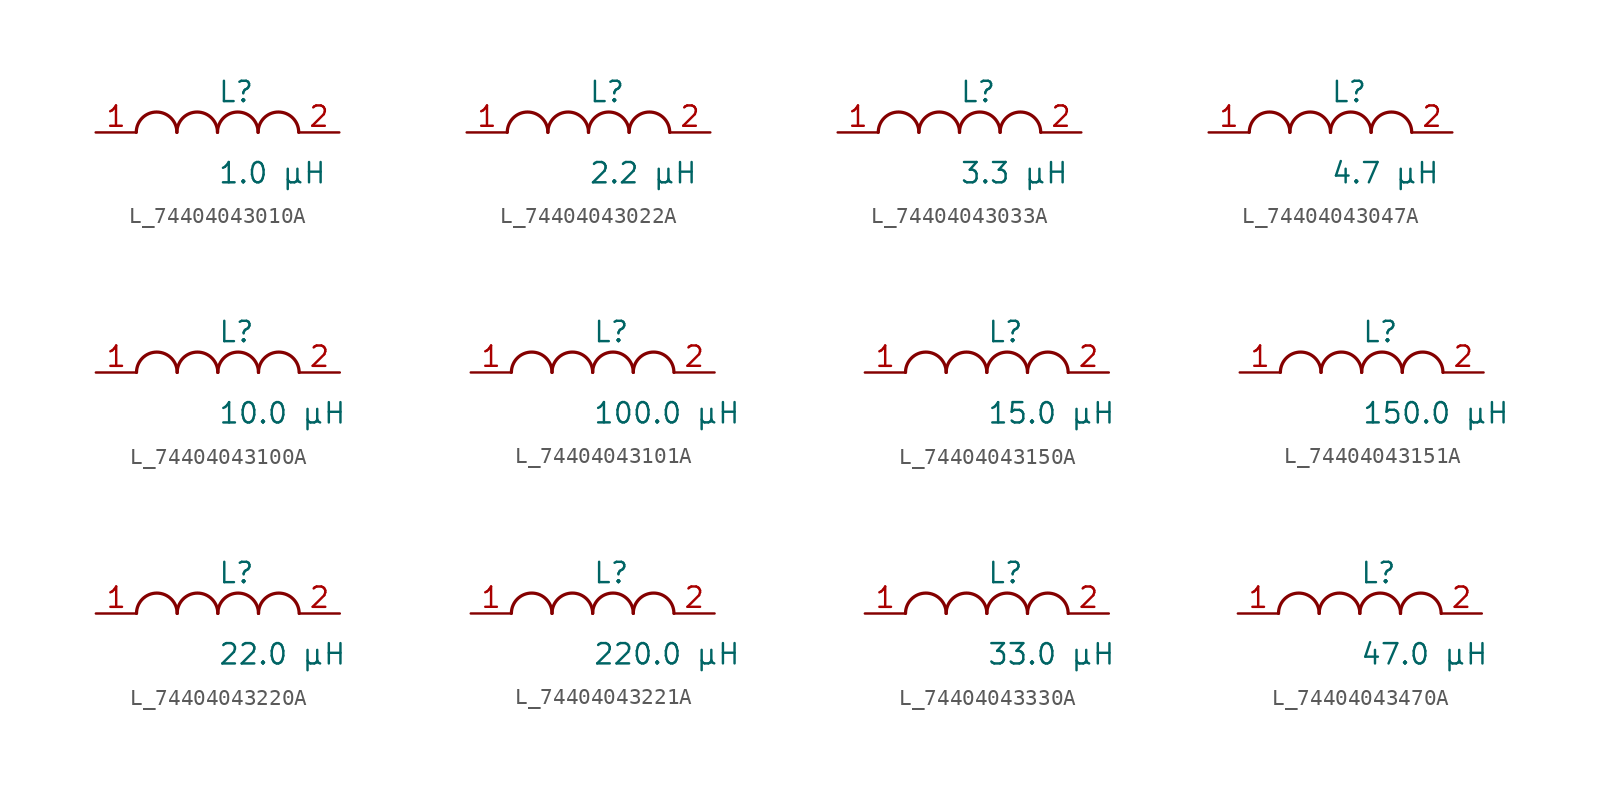
<source format=kicad_sym>
(kicad_symbol_lib
  (version 20231120)
  (generator kicad_symbol_editor)
  (generator_version 8.0)
  (symbol "L_74404043010A"
    (pin_names
      (offset 0.254))
    (property "Reference" "L"
      (at 0 2.54 0)
      (effects (font (size 1.27 1.27)) (justify left)))
    (property "Value" "1.0 µH"
      (at 0 -2.54 0)
      (effects (font (size 1.27 1.27)) (justify left)))
    (symbol "L_74404043010A_1_1"
      (arc (start -2.54 0.0056) (mid -3.81 1.27) (end -5.08 0.0056) (stroke (width 0.2032) (type default)) (fill (type none)))
      (arc (start 0 0.0056) (mid -1.27 1.27) (end -2.54 0.0056) (stroke (width 0.2032) (type default)) (fill (type none)))
      (arc (start 2.54 0.0056) (mid 1.27 1.27) (end 0 0.0056) (stroke (width 0.2032) (type default)) (fill (type none)))
      (arc (start 5.08 0.0056) (mid 3.81 1.27) (end 2.54 0.0056) (stroke (width 0.2032) (type default)) (fill (type none)))
      (pin unspecified line (at -7.62 0 0) (length 2.54) (name "" (effects (font (size 1.27 1.27)))) (number "1" (effects (font (size 1.27 1.27)))))
      (pin unspecified line (at 7.62 0 180) (length 2.54) (name "" (effects (font (size 1.27 1.27)))) (number "2" (effects (font (size 1.27 1.27)))))))
  (symbol "L_74404043022A"
    (pin_names
      (offset 0.254))
    (property "Reference" "L"
      (at 0 2.54 0)
      (effects (font (size 1.27 1.27)) (justify left)))
    (property "Value" "2.2 µH"
      (at 0 -2.54 0)
      (effects (font (size 1.27 1.27)) (justify left)))
    (symbol "L_74404043022A_1_1"
      (arc (start -2.54 0.0056) (mid -3.81 1.27) (end -5.08 0.0056) (stroke (width 0.2032) (type default)) (fill (type none)))
      (arc (start 0 0.0056) (mid -1.27 1.27) (end -2.54 0.0056) (stroke (width 0.2032) (type default)) (fill (type none)))
      (arc (start 2.54 0.0056) (mid 1.27 1.27) (end 0 0.0056) (stroke (width 0.2032) (type default)) (fill (type none)))
      (arc (start 5.08 0.0056) (mid 3.81 1.27) (end 2.54 0.0056) (stroke (width 0.2032) (type default)) (fill (type none)))
      (pin unspecified line (at -7.62 0 0) (length 2.54) (name "" (effects (font (size 1.27 1.27)))) (number "1" (effects (font (size 1.27 1.27)))))
      (pin unspecified line (at 7.62 0 180) (length 2.54) (name "" (effects (font (size 1.27 1.27)))) (number "2" (effects (font (size 1.27 1.27)))))))
  (symbol "L_74404043033A"
    (pin_names
      (offset 0.254))
    (property "Reference" "L"
      (at 0 2.54 0)
      (effects (font (size 1.27 1.27)) (justify left)))
    (property "Value" "3.3 µH"
      (at 0 -2.54 0)
      (effects (font (size 1.27 1.27)) (justify left)))
    (symbol "L_74404043033A_1_1"
      (arc (start -2.54 0.0056) (mid -3.81 1.27) (end -5.08 0.0056) (stroke (width 0.2032) (type default)) (fill (type none)))
      (arc (start 0 0.0056) (mid -1.27 1.27) (end -2.54 0.0056) (stroke (width 0.2032) (type default)) (fill (type none)))
      (arc (start 2.54 0.0056) (mid 1.27 1.27) (end 0 0.0056) (stroke (width 0.2032) (type default)) (fill (type none)))
      (arc (start 5.08 0.0056) (mid 3.81 1.27) (end 2.54 0.0056) (stroke (width 0.2032) (type default)) (fill (type none)))
      (pin unspecified line (at -7.62 0 0) (length 2.54) (name "" (effects (font (size 1.27 1.27)))) (number "1" (effects (font (size 1.27 1.27)))))
      (pin unspecified line (at 7.62 0 180) (length 2.54) (name "" (effects (font (size 1.27 1.27)))) (number "2" (effects (font (size 1.27 1.27)))))))
  (symbol "L_74404043047A"
    (pin_names
      (offset 0.254))
    (property "Reference" "L"
      (at 0 2.54 0)
      (effects (font (size 1.27 1.27)) (justify left)))
    (property "Value" "4.7 µH"
      (at 0 -2.54 0)
      (effects (font (size 1.27 1.27)) (justify left)))
    (symbol "L_74404043047A_1_1"
      (arc (start -2.54 0.0056) (mid -3.81 1.27) (end -5.08 0.0056) (stroke (width 0.2032) (type default)) (fill (type none)))
      (arc (start 0 0.0056) (mid -1.27 1.27) (end -2.54 0.0056) (stroke (width 0.2032) (type default)) (fill (type none)))
      (arc (start 2.54 0.0056) (mid 1.27 1.27) (end 0 0.0056) (stroke (width 0.2032) (type default)) (fill (type none)))
      (arc (start 5.08 0.0056) (mid 3.81 1.27) (end 2.54 0.0056) (stroke (width 0.2032) (type default)) (fill (type none)))
      (pin unspecified line (at -7.62 0 0) (length 2.54) (name "" (effects (font (size 1.27 1.27)))) (number "1" (effects (font (size 1.27 1.27)))))
      (pin unspecified line (at 7.62 0 180) (length 2.54) (name "" (effects (font (size 1.27 1.27)))) (number "2" (effects (font (size 1.27 1.27)))))))
  (symbol "L_74404043100A"
    (pin_names
      (offset 0.254))
    (property "Reference" "L"
      (at 0 2.54 0)
      (effects (font (size 1.27 1.27)) (justify left)))
    (property "Value" "10.0 µH"
      (at 0 -2.54 0)
      (effects (font (size 1.27 1.27)) (justify left)))
    (symbol "L_74404043100A_1_1"
      (arc (start -2.54 0.0056) (mid -3.81 1.27) (end -5.08 0.0056) (stroke (width 0.2032) (type default)) (fill (type none)))
      (arc (start 0 0.0056) (mid -1.27 1.27) (end -2.54 0.0056) (stroke (width 0.2032) (type default)) (fill (type none)))
      (arc (start 2.54 0.0056) (mid 1.27 1.27) (end 0 0.0056) (stroke (width 0.2032) (type default)) (fill (type none)))
      (arc (start 5.08 0.0056) (mid 3.81 1.27) (end 2.54 0.0056) (stroke (width 0.2032) (type default)) (fill (type none)))
      (pin unspecified line (at -7.62 0 0) (length 2.54) (name "" (effects (font (size 1.27 1.27)))) (number "1" (effects (font (size 1.27 1.27)))))
      (pin unspecified line (at 7.62 0 180) (length 2.54) (name "" (effects (font (size 1.27 1.27)))) (number "2" (effects (font (size 1.27 1.27)))))))
  (symbol "L_74404043101A"
    (pin_names
      (offset 0.254))
    (property "Reference" "L"
      (at 0 2.54 0)
      (effects (font (size 1.27 1.27)) (justify left)))
    (property "Value" "100.0 µH"
      (at 0 -2.54 0)
      (effects (font (size 1.27 1.27)) (justify left)))
    (symbol "L_74404043101A_1_1"
      (arc (start -2.54 0.0056) (mid -3.81 1.27) (end -5.08 0.0056) (stroke (width 0.2032) (type default)) (fill (type none)))
      (arc (start 0 0.0056) (mid -1.27 1.27) (end -2.54 0.0056) (stroke (width 0.2032) (type default)) (fill (type none)))
      (arc (start 2.54 0.0056) (mid 1.27 1.27) (end 0 0.0056) (stroke (width 0.2032) (type default)) (fill (type none)))
      (arc (start 5.08 0.0056) (mid 3.81 1.27) (end 2.54 0.0056) (stroke (width 0.2032) (type default)) (fill (type none)))
      (pin unspecified line (at -7.62 0 0) (length 2.54) (name "" (effects (font (size 1.27 1.27)))) (number "1" (effects (font (size 1.27 1.27)))))
      (pin unspecified line (at 7.62 0 180) (length 2.54) (name "" (effects (font (size 1.27 1.27)))) (number "2" (effects (font (size 1.27 1.27)))))))
  (symbol "L_74404043150A"
    (pin_names
      (offset 0.254))
    (property "Reference" "L"
      (at 0 2.54 0)
      (effects (font (size 1.27 1.27)) (justify left)))
    (property "Value" "15.0 µH"
      (at 0 -2.54 0)
      (effects (font (size 1.27 1.27)) (justify left)))
    (symbol "L_74404043150A_1_1"
      (arc (start -2.54 0.0056) (mid -3.81 1.27) (end -5.08 0.0056) (stroke (width 0.2032) (type default)) (fill (type none)))
      (arc (start 0 0.0056) (mid -1.27 1.27) (end -2.54 0.0056) (stroke (width 0.2032) (type default)) (fill (type none)))
      (arc (start 2.54 0.0056) (mid 1.27 1.27) (end 0 0.0056) (stroke (width 0.2032) (type default)) (fill (type none)))
      (arc (start 5.08 0.0056) (mid 3.81 1.27) (end 2.54 0.0056) (stroke (width 0.2032) (type default)) (fill (type none)))
      (pin unspecified line (at -7.62 0 0) (length 2.54) (name "" (effects (font (size 1.27 1.27)))) (number "1" (effects (font (size 1.27 1.27)))))
      (pin unspecified line (at 7.62 0 180) (length 2.54) (name "" (effects (font (size 1.27 1.27)))) (number "2" (effects (font (size 1.27 1.27)))))))
  (symbol "L_74404043151A"
    (pin_names
      (offset 0.254))
    (property "Reference" "L"
      (at 0 2.54 0)
      (effects (font (size 1.27 1.27)) (justify left)))
    (property "Value" "150.0 µH"
      (at 0 -2.54 0)
      (effects (font (size 1.27 1.27)) (justify left)))
    (symbol "L_74404043151A_1_1"
      (arc (start -2.54 0.0056) (mid -3.81 1.27) (end -5.08 0.0056) (stroke (width 0.2032) (type default)) (fill (type none)))
      (arc (start 0 0.0056) (mid -1.27 1.27) (end -2.54 0.0056) (stroke (width 0.2032) (type default)) (fill (type none)))
      (arc (start 2.54 0.0056) (mid 1.27 1.27) (end 0 0.0056) (stroke (width 0.2032) (type default)) (fill (type none)))
      (arc (start 5.08 0.0056) (mid 3.81 1.27) (end 2.54 0.0056) (stroke (width 0.2032) (type default)) (fill (type none)))
      (pin unspecified line (at -7.62 0 0) (length 2.54) (name "" (effects (font (size 1.27 1.27)))) (number "1" (effects (font (size 1.27 1.27)))))
      (pin unspecified line (at 7.62 0 180) (length 2.54) (name "" (effects (font (size 1.27 1.27)))) (number "2" (effects (font (size 1.27 1.27)))))))
  (symbol "L_74404043220A"
    (pin_names
      (offset 0.254))
    (property "Reference" "L"
      (at 0 2.54 0)
      (effects (font (size 1.27 1.27)) (justify left)))
    (property "Value" "22.0 µH"
      (at 0 -2.54 0)
      (effects (font (size 1.27 1.27)) (justify left)))
    (symbol "L_74404043220A_1_1"
      (arc (start -2.54 0.0056) (mid -3.81 1.27) (end -5.08 0.0056) (stroke (width 0.2032) (type default)) (fill (type none)))
      (arc (start 0 0.0056) (mid -1.27 1.27) (end -2.54 0.0056) (stroke (width 0.2032) (type default)) (fill (type none)))
      (arc (start 2.54 0.0056) (mid 1.27 1.27) (end 0 0.0056) (stroke (width 0.2032) (type default)) (fill (type none)))
      (arc (start 5.08 0.0056) (mid 3.81 1.27) (end 2.54 0.0056) (stroke (width 0.2032) (type default)) (fill (type none)))
      (pin unspecified line (at -7.62 0 0) (length 2.54) (name "" (effects (font (size 1.27 1.27)))) (number "1" (effects (font (size 1.27 1.27)))))
      (pin unspecified line (at 7.62 0 180) (length 2.54) (name "" (effects (font (size 1.27 1.27)))) (number "2" (effects (font (size 1.27 1.27)))))))
  (symbol "L_74404043221A"
    (pin_names
      (offset 0.254))
    (property "Reference" "L"
      (at 0 2.54 0)
      (effects (font (size 1.27 1.27)) (justify left)))
    (property "Value" "220.0 µH"
      (at 0 -2.54 0)
      (effects (font (size 1.27 1.27)) (justify left)))
    (symbol "L_74404043221A_1_1"
      (arc (start -2.54 0.0056) (mid -3.81 1.27) (end -5.08 0.0056) (stroke (width 0.2032) (type default)) (fill (type none)))
      (arc (start 0 0.0056) (mid -1.27 1.27) (end -2.54 0.0056) (stroke (width 0.2032) (type default)) (fill (type none)))
      (arc (start 2.54 0.0056) (mid 1.27 1.27) (end 0 0.0056) (stroke (width 0.2032) (type default)) (fill (type none)))
      (arc (start 5.08 0.0056) (mid 3.81 1.27) (end 2.54 0.0056) (stroke (width 0.2032) (type default)) (fill (type none)))
      (pin unspecified line (at -7.62 0 0) (length 2.54) (name "" (effects (font (size 1.27 1.27)))) (number "1" (effects (font (size 1.27 1.27)))))
      (pin unspecified line (at 7.62 0 180) (length 2.54) (name "" (effects (font (size 1.27 1.27)))) (number "2" (effects (font (size 1.27 1.27)))))))
  (symbol "L_74404043330A"
    (pin_names
      (offset 0.254))
    (property "Reference" "L"
      (at 0 2.54 0)
      (effects (font (size 1.27 1.27)) (justify left)))
    (property "Value" "33.0 µH"
      (at 0 -2.54 0)
      (effects (font (size 1.27 1.27)) (justify left)))
    (symbol "L_74404043330A_1_1"
      (arc (start -2.54 0.0056) (mid -3.81 1.27) (end -5.08 0.0056) (stroke (width 0.2032) (type default)) (fill (type none)))
      (arc (start 0 0.0056) (mid -1.27 1.27) (end -2.54 0.0056) (stroke (width 0.2032) (type default)) (fill (type none)))
      (arc (start 2.54 0.0056) (mid 1.27 1.27) (end 0 0.0056) (stroke (width 0.2032) (type default)) (fill (type none)))
      (arc (start 5.08 0.0056) (mid 3.81 1.27) (end 2.54 0.0056) (stroke (width 0.2032) (type default)) (fill (type none)))
      (pin unspecified line (at -7.62 0 0) (length 2.54) (name "" (effects (font (size 1.27 1.27)))) (number "1" (effects (font (size 1.27 1.27)))))
      (pin unspecified line (at 7.62 0 180) (length 2.54) (name "" (effects (font (size 1.27 1.27)))) (number "2" (effects (font (size 1.27 1.27)))))))
  (symbol "L_74404043470A"
    (pin_names
      (offset 0.254))
    (property "Reference" "L"
      (at 0 2.54 0)
      (effects (font (size 1.27 1.27)) (justify left)))
    (property "Value" "47.0 µH"
      (at 0 -2.54 0)
      (effects (font (size 1.27 1.27)) (justify left)))
    (symbol "L_74404043470A_1_1"
      (arc (start -2.54 0.0056) (mid -3.81 1.27) (end -5.08 0.0056) (stroke (width 0.2032) (type default)) (fill (type none)))
      (arc (start 0 0.0056) (mid -1.27 1.27) (end -2.54 0.0056) (stroke (width 0.2032) (type default)) (fill (type none)))
      (arc (start 2.54 0.0056) (mid 1.27 1.27) (end 0 0.0056) (stroke (width 0.2032) (type default)) (fill (type none)))
      (arc (start 5.08 0.0056) (mid 3.81 1.27) (end 2.54 0.0056) (stroke (width 0.2032) (type default)) (fill (type none)))
      (pin unspecified line (at -7.62 0 0) (length 2.54) (name "" (effects (font (size 1.27 1.27)))) (number "1" (effects (font (size 1.27 1.27)))))
      (pin unspecified line (at 7.62 0 180) (length 2.54) (name "" (effects (font (size 1.27 1.27)))) (number "2" (effects (font (size 1.27 1.27))))))))
</source>
